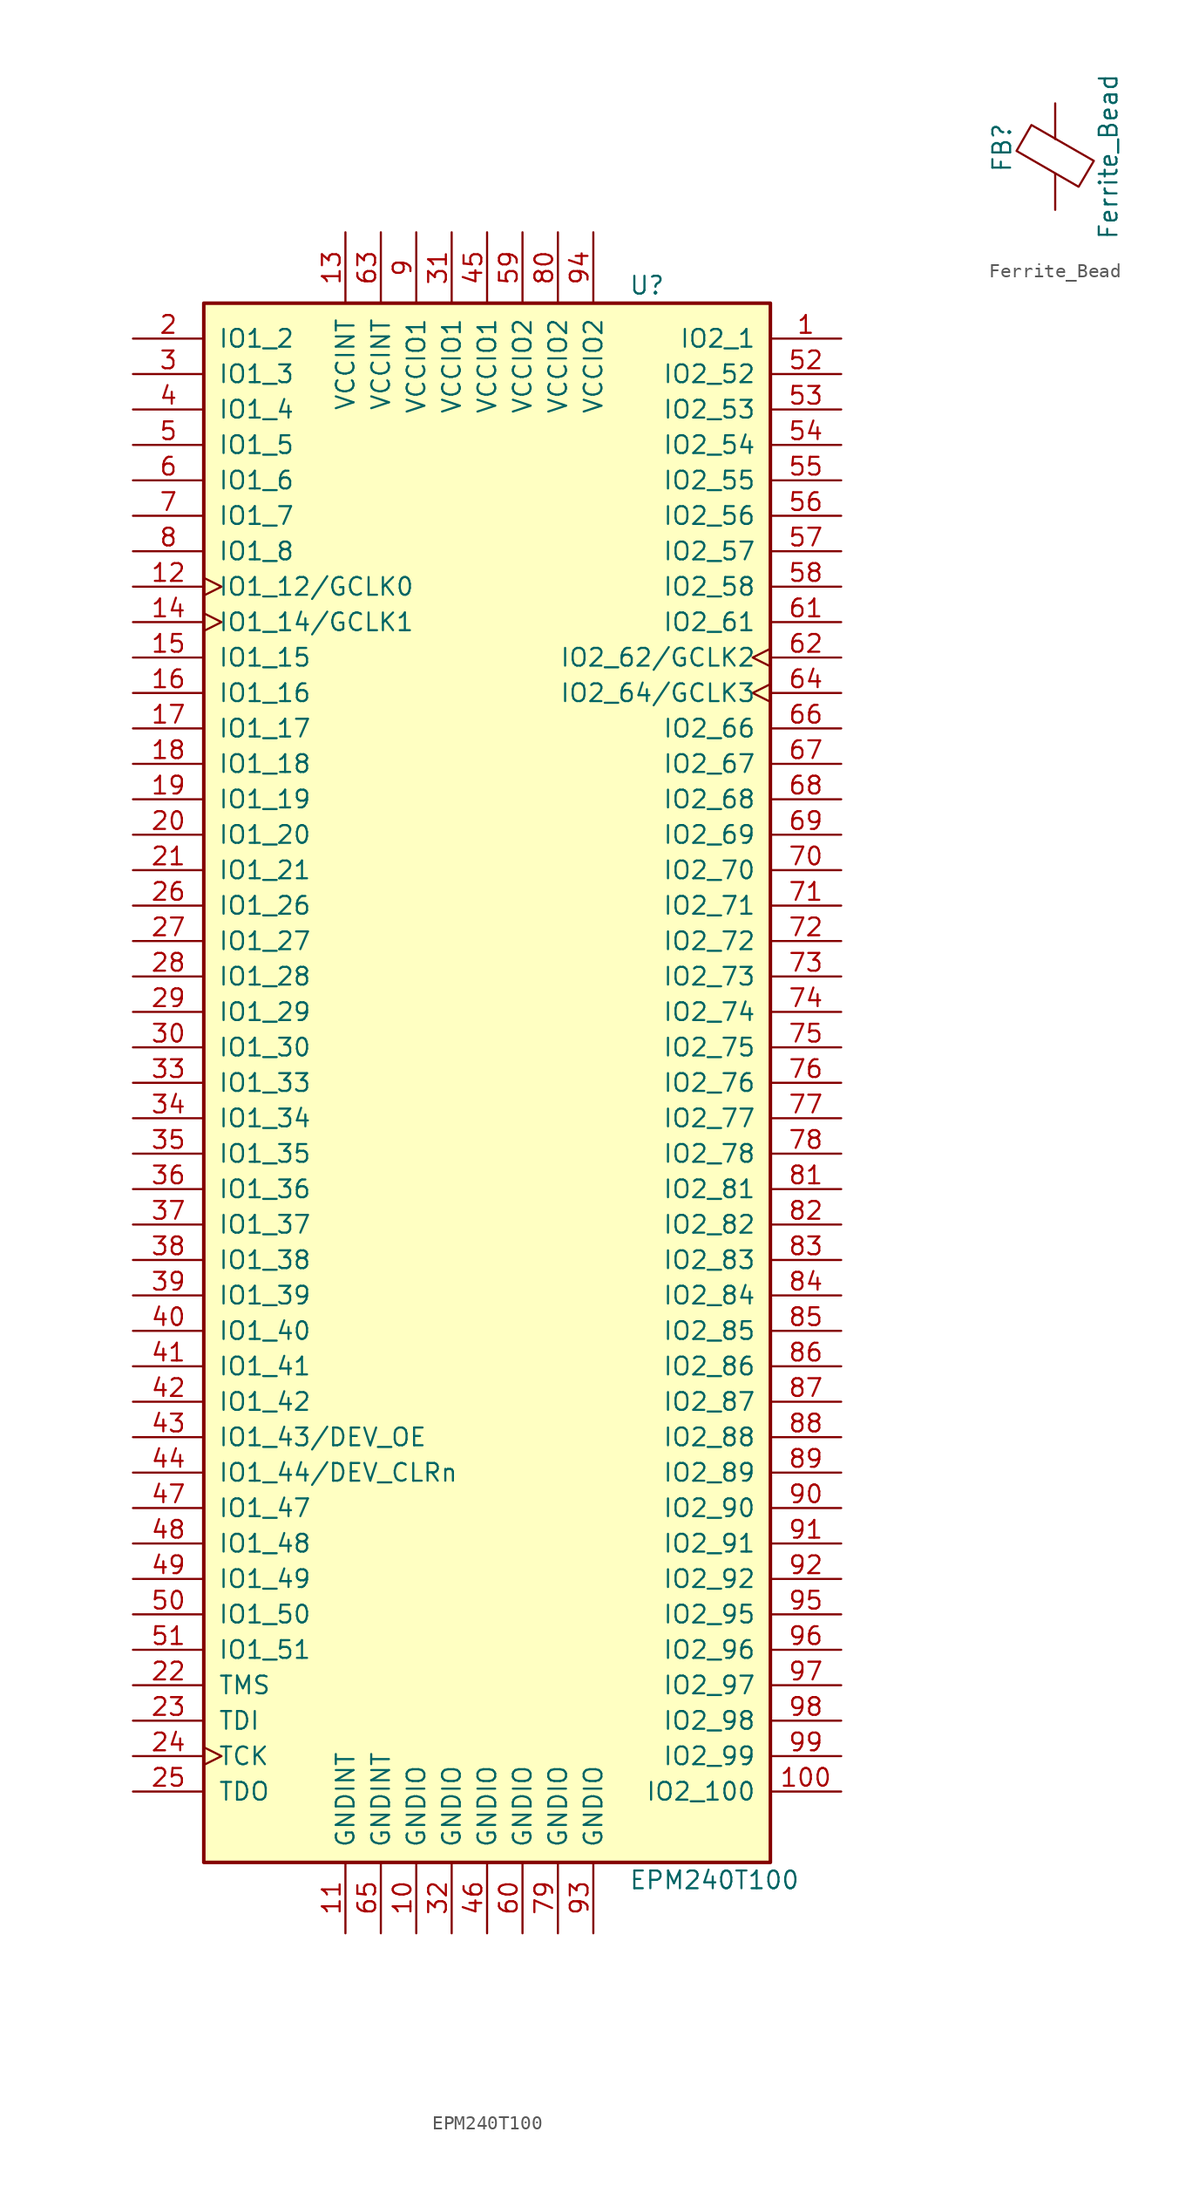
<source format=kicad_sym>
(kicad_symbol_lib
  (version 20241209)
  (generator "kicad_symbol_editor")
  (generator_version "9.0")
  (symbol "EPM240T100"
    (pin_names
      (offset 1.016))
    (property "Reference" "U"
      (at 10.16 57.15 0)
      (effects (font (size 1.27 1.27)) (justify left)))
    (property "Value" "EPM240T100"
      (at 10.16 -57.15 0)
      (effects (font (size 1.27 1.27)) (justify left)))
    (property "ki_locked" ""
      (at 0 0 0)
      (effects (font (size 1.27 1.27))))
    (symbol "EPM240T100_1_1"
      (rectangle (start -20.32 55.88) (end 20.32 -55.88) (stroke (width 0.254) (type solid)) (fill (type background)))
      (pin bidirectional line (at -25.4 53.34 0) (length 5.08) (name "IO1_2" (effects (font (size 1.27 1.27)))) (number "2" (effects (font (size 1.27 1.27)))))
      (pin bidirectional line (at -25.4 50.8 0) (length 5.08) (name "IO1_3" (effects (font (size 1.27 1.27)))) (number "3" (effects (font (size 1.27 1.27)))))
      (pin bidirectional line (at -25.4 48.26 0) (length 5.08) (name "IO1_4" (effects (font (size 1.27 1.27)))) (number "4" (effects (font (size 1.27 1.27)))))
      (pin bidirectional line (at -25.4 45.72 0) (length 5.08) (name "IO1_5" (effects (font (size 1.27 1.27)))) (number "5" (effects (font (size 1.27 1.27)))))
      (pin bidirectional line (at -25.4 43.18 0) (length 5.08) (name "IO1_6" (effects (font (size 1.27 1.27)))) (number "6" (effects (font (size 1.27 1.27)))))
      (pin bidirectional line (at -25.4 40.64 0) (length 5.08) (name "IO1_7" (effects (font (size 1.27 1.27)))) (number "7" (effects (font (size 1.27 1.27)))))
      (pin bidirectional line (at -25.4 38.1 0) (length 5.08) (name "IO1_8" (effects (font (size 1.27 1.27)))) (number "8" (effects (font (size 1.27 1.27)))))
      (pin bidirectional clock (at -25.4 35.56 0) (length 5.08) (name "IO1_12/GCLK0" (effects (font (size 1.27 1.27)))) (number "12" (effects (font (size 1.27 1.27)))))
      (pin bidirectional clock (at -25.4 33.02 0) (length 5.08) (name "IO1_14/GCLK1" (effects (font (size 1.27 1.27)))) (number "14" (effects (font (size 1.27 1.27)))))
      (pin bidirectional line (at -25.4 30.48 0) (length 5.08) (name "IO1_15" (effects (font (size 1.27 1.27)))) (number "15" (effects (font (size 1.27 1.27)))))
      (pin bidirectional line (at -25.4 27.94 0) (length 5.08) (name "IO1_16" (effects (font (size 1.27 1.27)))) (number "16" (effects (font (size 1.27 1.27)))))
      (pin bidirectional line (at -25.4 25.4 0) (length 5.08) (name "IO1_17" (effects (font (size 1.27 1.27)))) (number "17" (effects (font (size 1.27 1.27)))))
      (pin bidirectional line (at -25.4 22.86 0) (length 5.08) (name "IO1_18" (effects (font (size 1.27 1.27)))) (number "18" (effects (font (size 1.27 1.27)))))
      (pin bidirectional line (at -25.4 20.32 0) (length 5.08) (name "IO1_19" (effects (font (size 1.27 1.27)))) (number "19" (effects (font (size 1.27 1.27)))))
      (pin bidirectional line (at -25.4 17.78 0) (length 5.08) (name "IO1_20" (effects (font (size 1.27 1.27)))) (number "20" (effects (font (size 1.27 1.27)))))
      (pin bidirectional line (at -25.4 15.24 0) (length 5.08) (name "IO1_21" (effects (font (size 1.27 1.27)))) (number "21" (effects (font (size 1.27 1.27)))))
      (pin bidirectional line (at -25.4 12.7 0) (length 5.08) (name "IO1_26" (effects (font (size 1.27 1.27)))) (number "26" (effects (font (size 1.27 1.27)))))
      (pin bidirectional line (at -25.4 10.16 0) (length 5.08) (name "IO1_27" (effects (font (size 1.27 1.27)))) (number "27" (effects (font (size 1.27 1.27)))))
      (pin bidirectional line (at -25.4 7.62 0) (length 5.08) (name "IO1_28" (effects (font (size 1.27 1.27)))) (number "28" (effects (font (size 1.27 1.27)))))
      (pin bidirectional line (at -25.4 5.08 0) (length 5.08) (name "IO1_29" (effects (font (size 1.27 1.27)))) (number "29" (effects (font (size 1.27 1.27)))))
      (pin bidirectional line (at -25.4 2.54 0) (length 5.08) (name "IO1_30" (effects (font (size 1.27 1.27)))) (number "30" (effects (font (size 1.27 1.27)))))
      (pin bidirectional line (at -25.4 0 0) (length 5.08) (name "IO1_33" (effects (font (size 1.27 1.27)))) (number "33" (effects (font (size 1.27 1.27)))))
      (pin bidirectional line (at -25.4 -2.54 0) (length 5.08) (name "IO1_34" (effects (font (size 1.27 1.27)))) (number "34" (effects (font (size 1.27 1.27)))))
      (pin bidirectional line (at -25.4 -5.08 0) (length 5.08) (name "IO1_35" (effects (font (size 1.27 1.27)))) (number "35" (effects (font (size 1.27 1.27)))))
      (pin bidirectional line (at -25.4 -7.62 0) (length 5.08) (name "IO1_36" (effects (font (size 1.27 1.27)))) (number "36" (effects (font (size 1.27 1.27)))))
      (pin bidirectional line (at -25.4 -10.16 0) (length 5.08) (name "IO1_37" (effects (font (size 1.27 1.27)))) (number "37" (effects (font (size 1.27 1.27)))))
      (pin bidirectional line (at -25.4 -12.7 0) (length 5.08) (name "IO1_38" (effects (font (size 1.27 1.27)))) (number "38" (effects (font (size 1.27 1.27)))))
      (pin bidirectional line (at -25.4 -15.24 0) (length 5.08) (name "IO1_39" (effects (font (size 1.27 1.27)))) (number "39" (effects (font (size 1.27 1.27)))))
      (pin bidirectional line (at -25.4 -17.78 0) (length 5.08) (name "IO1_40" (effects (font (size 1.27 1.27)))) (number "40" (effects (font (size 1.27 1.27)))))
      (pin bidirectional line (at -25.4 -20.32 0) (length 5.08) (name "IO1_41" (effects (font (size 1.27 1.27)))) (number "41" (effects (font (size 1.27 1.27)))))
      (pin bidirectional line (at -25.4 -22.86 0) (length 5.08) (name "IO1_42" (effects (font (size 1.27 1.27)))) (number "42" (effects (font (size 1.27 1.27)))))
      (pin bidirectional line (at -25.4 -25.4 0) (length 5.08) (name "IO1_43/DEV_OE" (effects (font (size 1.27 1.27)))) (number "43" (effects (font (size 1.27 1.27)))))
      (pin bidirectional line (at -25.4 -27.94 0) (length 5.08) (name "IO1_44/DEV_CLRn" (effects (font (size 1.27 1.27)))) (number "44" (effects (font (size 1.27 1.27)))))
      (pin bidirectional line (at -25.4 -30.48 0) (length 5.08) (name "IO1_47" (effects (font (size 1.27 1.27)))) (number "47" (effects (font (size 1.27 1.27)))))
      (pin bidirectional line (at -25.4 -33.02 0) (length 5.08) (name "IO1_48" (effects (font (size 1.27 1.27)))) (number "48" (effects (font (size 1.27 1.27)))))
      (pin bidirectional line (at -25.4 -35.56 0) (length 5.08) (name "IO1_49" (effects (font (size 1.27 1.27)))) (number "49" (effects (font (size 1.27 1.27)))))
      (pin bidirectional line (at -25.4 -38.1 0) (length 5.08) (name "IO1_50" (effects (font (size 1.27 1.27)))) (number "50" (effects (font (size 1.27 1.27)))))
      (pin bidirectional line (at -25.4 -40.64 0) (length 5.08) (name "IO1_51" (effects (font (size 1.27 1.27)))) (number "51" (effects (font (size 1.27 1.27)))))
      (pin input line (at -25.4 -43.18 0) (length 5.08) (name "TMS" (effects (font (size 1.27 1.27)))) (number "22" (effects (font (size 1.27 1.27)))))
      (pin input line (at -25.4 -45.72 0) (length 5.08) (name "TDI" (effects (font (size 1.27 1.27)))) (number "23" (effects (font (size 1.27 1.27)))))
      (pin input clock (at -25.4 -48.26 0) (length 5.08) (name "TCK" (effects (font (size 1.27 1.27)))) (number "24" (effects (font (size 1.27 1.27)))))
      (pin output line (at -25.4 -50.8 0) (length 5.08) (name "TDO" (effects (font (size 1.27 1.27)))) (number "25" (effects (font (size 1.27 1.27)))))
      (pin power_in line (at -10.16 60.96 270) (length 5.08) (name "VCCINT" (effects (font (size 1.27 1.27)))) (number "13" (effects (font (size 1.27 1.27)))))
      (pin power_in line (at -10.16 -60.96 90) (length 5.08) (name "GNDINT" (effects (font (size 1.27 1.27)))) (number "11" (effects (font (size 1.27 1.27)))))
      (pin power_in line (at -7.62 60.96 270) (length 5.08) (name "VCCINT" (effects (font (size 1.27 1.27)))) (number "63" (effects (font (size 1.27 1.27)))))
      (pin power_in line (at -7.62 -60.96 90) (length 5.08) (name "GNDINT" (effects (font (size 1.27 1.27)))) (number "65" (effects (font (size 1.27 1.27)))))
      (pin power_in line (at -5.08 60.96 270) (length 5.08) (name "VCCIO1" (effects (font (size 1.27 1.27)))) (number "9" (effects (font (size 1.27 1.27)))))
      (pin power_in line (at -5.08 -60.96 90) (length 5.08) (name "GNDIO" (effects (font (size 1.27 1.27)))) (number "10" (effects (font (size 1.27 1.27)))))
      (pin power_in line (at -2.54 60.96 270) (length 5.08) (name "VCCIO1" (effects (font (size 1.27 1.27)))) (number "31" (effects (font (size 1.27 1.27)))))
      (pin power_in line (at -2.54 -60.96 90) (length 5.08) (name "GNDIO" (effects (font (size 1.27 1.27)))) (number "32" (effects (font (size 1.27 1.27)))))
      (pin power_in line (at 0 60.96 270) (length 5.08) (name "VCCIO1" (effects (font (size 1.27 1.27)))) (number "45" (effects (font (size 1.27 1.27)))))
      (pin power_in line (at 0 -60.96 90) (length 5.08) (name "GNDIO" (effects (font (size 1.27 1.27)))) (number "46" (effects (font (size 1.27 1.27)))))
      (pin power_in line (at 2.54 60.96 270) (length 5.08) (name "VCCIO2" (effects (font (size 1.27 1.27)))) (number "59" (effects (font (size 1.27 1.27)))))
      (pin power_in line (at 2.54 -60.96 90) (length 5.08) (name "GNDIO" (effects (font (size 1.27 1.27)))) (number "60" (effects (font (size 1.27 1.27)))))
      (pin power_in line (at 5.08 60.96 270) (length 5.08) (name "VCCIO2" (effects (font (size 1.27 1.27)))) (number "80" (effects (font (size 1.27 1.27)))))
      (pin power_in line (at 5.08 -60.96 90) (length 5.08) (name "GNDIO" (effects (font (size 1.27 1.27)))) (number "79" (effects (font (size 1.27 1.27)))))
      (pin power_in line (at 7.62 60.96 270) (length 5.08) (name "VCCIO2" (effects (font (size 1.27 1.27)))) (number "94" (effects (font (size 1.27 1.27)))))
      (pin power_in line (at 7.62 -60.96 90) (length 5.08) (name "GNDIO" (effects (font (size 1.27 1.27)))) (number "93" (effects (font (size 1.27 1.27)))))
      (pin bidirectional line (at 25.4 53.34 180) (length 5.08) (name "IO2_1" (effects (font (size 1.27 1.27)))) (number "1" (effects (font (size 1.27 1.27)))))
      (pin bidirectional line (at 25.4 50.8 180) (length 5.08) (name "IO2_52" (effects (font (size 1.27 1.27)))) (number "52" (effects (font (size 1.27 1.27)))))
      (pin bidirectional line (at 25.4 48.26 180) (length 5.08) (name "IO2_53" (effects (font (size 1.27 1.27)))) (number "53" (effects (font (size 1.27 1.27)))))
      (pin bidirectional line (at 25.4 45.72 180) (length 5.08) (name "IO2_54" (effects (font (size 1.27 1.27)))) (number "54" (effects (font (size 1.27 1.27)))))
      (pin bidirectional line (at 25.4 43.18 180) (length 5.08) (name "IO2_55" (effects (font (size 1.27 1.27)))) (number "55" (effects (font (size 1.27 1.27)))))
      (pin bidirectional line (at 25.4 40.64 180) (length 5.08) (name "IO2_56" (effects (font (size 1.27 1.27)))) (number "56" (effects (font (size 1.27 1.27)))))
      (pin bidirectional line (at 25.4 38.1 180) (length 5.08) (name "IO2_57" (effects (font (size 1.27 1.27)))) (number "57" (effects (font (size 1.27 1.27)))))
      (pin bidirectional line (at 25.4 35.56 180) (length 5.08) (name "IO2_58" (effects (font (size 1.27 1.27)))) (number "58" (effects (font (size 1.27 1.27)))))
      (pin bidirectional line (at 25.4 33.02 180) (length 5.08) (name "IO2_61" (effects (font (size 1.27 1.27)))) (number "61" (effects (font (size 1.27 1.27)))))
      (pin bidirectional clock (at 25.4 30.48 180) (length 5.08) (name "IO2_62/GCLK2" (effects (font (size 1.27 1.27)))) (number "62" (effects (font (size 1.27 1.27)))))
      (pin bidirectional clock (at 25.4 27.94 180) (length 5.08) (name "IO2_64/GCLK3" (effects (font (size 1.27 1.27)))) (number "64" (effects (font (size 1.27 1.27)))))
      (pin bidirectional line (at 25.4 25.4 180) (length 5.08) (name "IO2_66" (effects (font (size 1.27 1.27)))) (number "66" (effects (font (size 1.27 1.27)))))
      (pin bidirectional line (at 25.4 22.86 180) (length 5.08) (name "IO2_67" (effects (font (size 1.27 1.27)))) (number "67" (effects (font (size 1.27 1.27)))))
      (pin bidirectional line (at 25.4 20.32 180) (length 5.08) (name "IO2_68" (effects (font (size 1.27 1.27)))) (number "68" (effects (font (size 1.27 1.27)))))
      (pin bidirectional line (at 25.4 17.78 180) (length 5.08) (name "IO2_69" (effects (font (size 1.27 1.27)))) (number "69" (effects (font (size 1.27 1.27)))))
      (pin bidirectional line (at 25.4 15.24 180) (length 5.08) (name "IO2_70" (effects (font (size 1.27 1.27)))) (number "70" (effects (font (size 1.27 1.27)))))
      (pin bidirectional line (at 25.4 12.7 180) (length 5.08) (name "IO2_71" (effects (font (size 1.27 1.27)))) (number "71" (effects (font (size 1.27 1.27)))))
      (pin bidirectional line (at 25.4 10.16 180) (length 5.08) (name "IO2_72" (effects (font (size 1.27 1.27)))) (number "72" (effects (font (size 1.27 1.27)))))
      (pin bidirectional line (at 25.4 7.62 180) (length 5.08) (name "IO2_73" (effects (font (size 1.27 1.27)))) (number "73" (effects (font (size 1.27 1.27)))))
      (pin bidirectional line (at 25.4 5.08 180) (length 5.08) (name "IO2_74" (effects (font (size 1.27 1.27)))) (number "74" (effects (font (size 1.27 1.27)))))
      (pin bidirectional line (at 25.4 2.54 180) (length 5.08) (name "IO2_75" (effects (font (size 1.27 1.27)))) (number "75" (effects (font (size 1.27 1.27)))))
      (pin bidirectional line (at 25.4 0 180) (length 5.08) (name "IO2_76" (effects (font (size 1.27 1.27)))) (number "76" (effects (font (size 1.27 1.27)))))
      (pin bidirectional line (at 25.4 -2.54 180) (length 5.08) (name "IO2_77" (effects (font (size 1.27 1.27)))) (number "77" (effects (font (size 1.27 1.27)))))
      (pin bidirectional line (at 25.4 -5.08 180) (length 5.08) (name "IO2_78" (effects (font (size 1.27 1.27)))) (number "78" (effects (font (size 1.27 1.27)))))
      (pin bidirectional line (at 25.4 -7.62 180) (length 5.08) (name "IO2_81" (effects (font (size 1.27 1.27)))) (number "81" (effects (font (size 1.27 1.27)))))
      (pin bidirectional line (at 25.4 -10.16 180) (length 5.08) (name "IO2_82" (effects (font (size 1.27 1.27)))) (number "82" (effects (font (size 1.27 1.27)))))
      (pin bidirectional line (at 25.4 -12.7 180) (length 5.08) (name "IO2_83" (effects (font (size 1.27 1.27)))) (number "83" (effects (font (size 1.27 1.27)))))
      (pin bidirectional line (at 25.4 -15.24 180) (length 5.08) (name "IO2_84" (effects (font (size 1.27 1.27)))) (number "84" (effects (font (size 1.27 1.27)))))
      (pin bidirectional line (at 25.4 -17.78 180) (length 5.08) (name "IO2_85" (effects (font (size 1.27 1.27)))) (number "85" (effects (font (size 1.27 1.27)))))
      (pin bidirectional line (at 25.4 -20.32 180) (length 5.08) (name "IO2_86" (effects (font (size 1.27 1.27)))) (number "86" (effects (font (size 1.27 1.27)))))
      (pin bidirectional line (at 25.4 -22.86 180) (length 5.08) (name "IO2_87" (effects (font (size 1.27 1.27)))) (number "87" (effects (font (size 1.27 1.27)))))
      (pin bidirectional line (at 25.4 -25.4 180) (length 5.08) (name "IO2_88" (effects (font (size 1.27 1.27)))) (number "88" (effects (font (size 1.27 1.27)))))
      (pin bidirectional line (at 25.4 -27.94 180) (length 5.08) (name "IO2_89" (effects (font (size 1.27 1.27)))) (number "89" (effects (font (size 1.27 1.27)))))
      (pin bidirectional line (at 25.4 -30.48 180) (length 5.08) (name "IO2_90" (effects (font (size 1.27 1.27)))) (number "90" (effects (font (size 1.27 1.27)))))
      (pin bidirectional line (at 25.4 -33.02 180) (length 5.08) (name "IO2_91" (effects (font (size 1.27 1.27)))) (number "91" (effects (font (size 1.27 1.27)))))
      (pin bidirectional line (at 25.4 -35.56 180) (length 5.08) (name "IO2_92" (effects (font (size 1.27 1.27)))) (number "92" (effects (font (size 1.27 1.27)))))
      (pin bidirectional line (at 25.4 -38.1 180) (length 5.08) (name "IO2_95" (effects (font (size 1.27 1.27)))) (number "95" (effects (font (size 1.27 1.27)))))
      (pin bidirectional line (at 25.4 -40.64 180) (length 5.08) (name "IO2_96" (effects (font (size 1.27 1.27)))) (number "96" (effects (font (size 1.27 1.27)))))
      (pin bidirectional line (at 25.4 -43.18 180) (length 5.08) (name "IO2_97" (effects (font (size 1.27 1.27)))) (number "97" (effects (font (size 1.27 1.27)))))
      (pin bidirectional line (at 25.4 -45.72 180) (length 5.08) (name "IO2_98" (effects (font (size 1.27 1.27)))) (number "98" (effects (font (size 1.27 1.27)))))
      (pin bidirectional line (at 25.4 -48.26 180) (length 5.08) (name "IO2_99" (effects (font (size 1.27 1.27)))) (number "99" (effects (font (size 1.27 1.27)))))
      (pin bidirectional line (at 25.4 -50.8 180) (length 5.08) (name "IO2_100" (effects (font (size 1.27 1.27)))) (number "100" (effects (font (size 1.27 1.27)))))))
  (symbol "Ferrite_Bead"
    (pin_numbers
      (hide yes))
    (pin_names
      (offset 0))
    (property "Reference" "FB"
      (at -3.81 0.635 90)
      (effects (font (size 1.27 1.27))))
    (property "Value" "Ferrite_Bead"
      (at 3.81 0 90)
      (effects (font (size 1.27 1.27))))
    (symbol "Ferrite_Bead_0_1"
      (polyline (pts (xy -2.769 0.406) (xy -1.702 2.261) (xy 2.769 -0.305) (xy 1.676 -2.159) (xy -2.769 0.406)) (stroke (width 0) (type solid)) (fill (type none)))
      (polyline (pts (xy 0 1.27) (xy 0 1.295)) (stroke (width 0) (type solid)) (fill (type none)))
      (polyline (pts (xy 0 -1.27) (xy 0 -1.219)) (stroke (width 0) (type solid)) (fill (type none))))
    (symbol "Ferrite_Bead_1_1"
      (pin passive line (at 0 3.81 270) (length 2.54) (name "~" (effects (font (size 1.27 1.27)))) (number "1" (effects (font (size 1.27 1.27)))))
      (pin passive line (at 0 -3.81 90) (length 2.54) (name "~" (effects (font (size 1.27 1.27)))) (number "2" (effects (font (size 1.27 1.27))))))))
</source>
